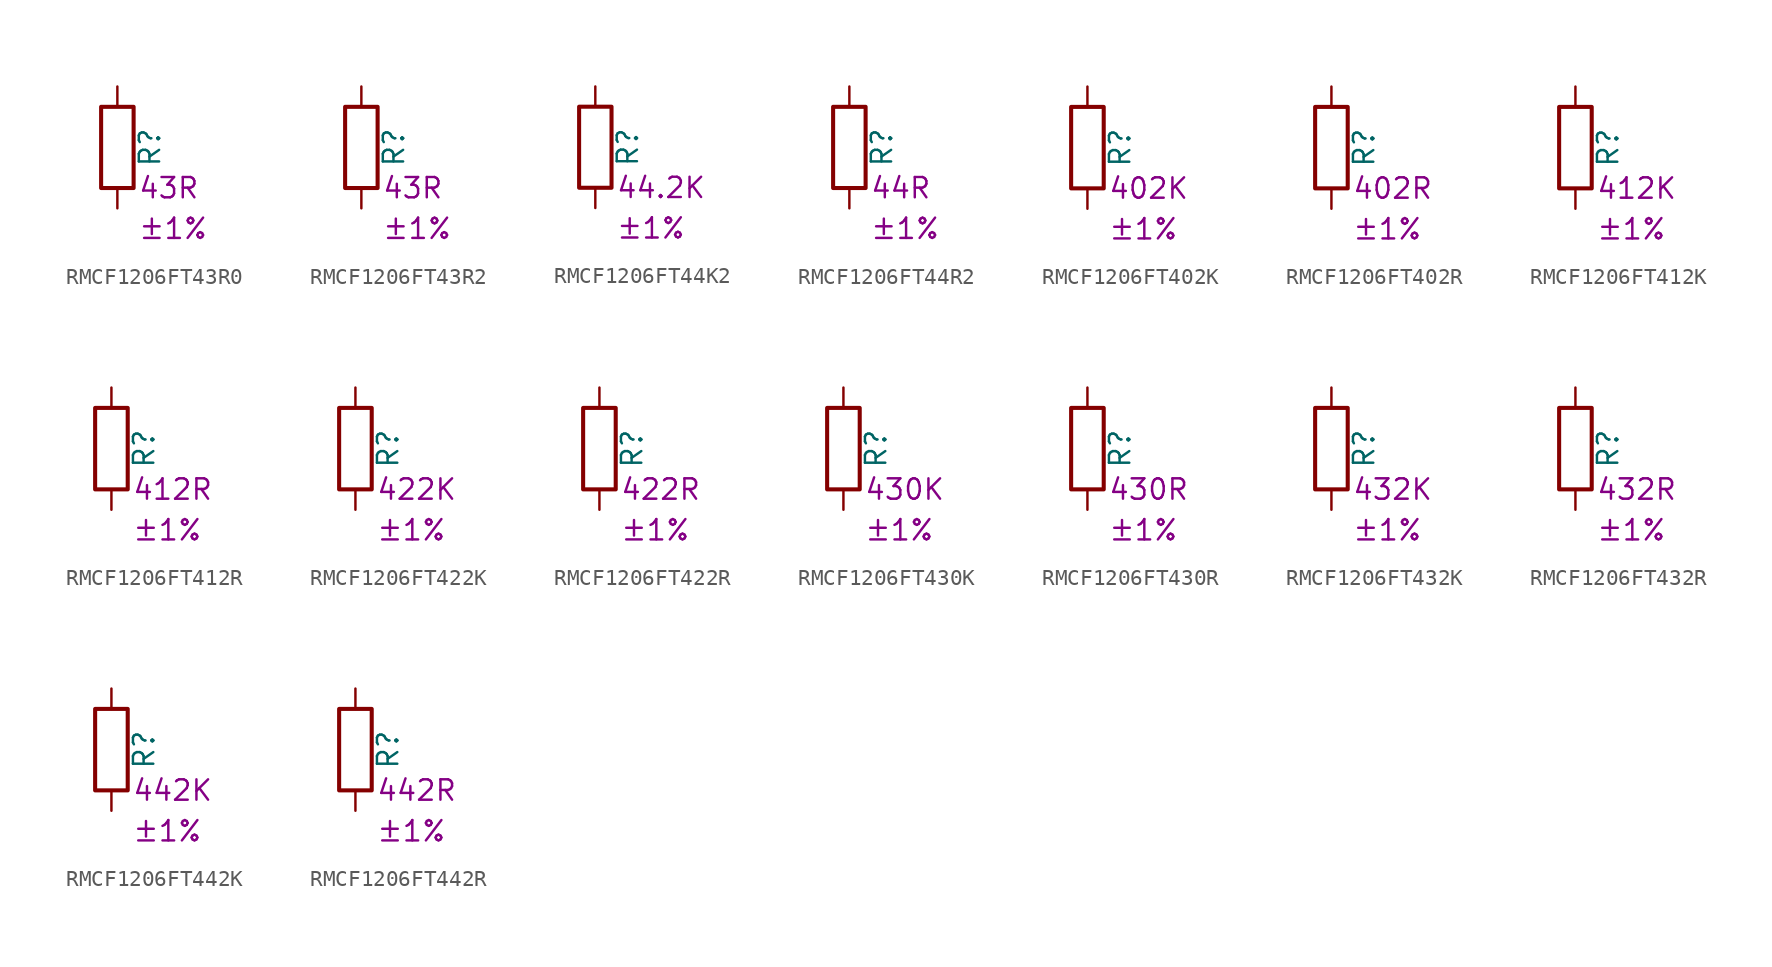
<source format=kicad_sym>
(kicad_symbol_lib
  (version 20220914)
  (generator kicad_symbol_editor)
  (symbol "RMCF1206FT43R0"
    (pin_numbers hide)
    (pin_names
      (offset 0))
    (property "Reference" "R"
      (at 2.032 0 90)
      (effects (font (size 1.27 1.27))))
    (property "Resistance" "43R"
      (at 1.27 -2.54 0)
      (effects (font (size 1.27 1.27)) (justify left)))
    (property "Tolerance" "±1%"
      (at 1.27 -5.08 0)
      (effects (font (size 1.27 1.27)) (justify left)))
    (symbol "RMCF1206FT43R0_0_1"
      (rectangle (start -1.016 -2.54) (end 1.016 2.54) (stroke (width 0.254) (type default)) (fill (type none))))
    (symbol "RMCF1206FT43R0_1_1"
      (pin passive line (at 0 3.81 270) (length 1.27) (name "~" (effects (font (size 1.27 1.27)))) (number "1" (effects (font (size 1.27 1.27)))))
      (pin passive line (at 0 -3.81 90) (length 1.27) (name "~" (effects (font (size 1.27 1.27)))) (number "2" (effects (font (size 1.27 1.27)))))))
  (symbol "RMCF1206FT43R2"
    (pin_numbers hide)
    (pin_names
      (offset 0))
    (property "Reference" "R"
      (at 2.032 0 90)
      (effects (font (size 1.27 1.27))))
    (property "Resistance" "43R"
      (at 1.27 -2.54 0)
      (effects (font (size 1.27 1.27)) (justify left)))
    (property "Tolerance" "±1%"
      (at 1.27 -5.08 0)
      (effects (font (size 1.27 1.27)) (justify left)))
    (symbol "RMCF1206FT43R2_0_1"
      (rectangle (start -1.016 -2.54) (end 1.016 2.54) (stroke (width 0.254) (type default)) (fill (type none))))
    (symbol "RMCF1206FT43R2_1_1"
      (pin passive line (at 0 3.81 270) (length 1.27) (name "~" (effects (font (size 1.27 1.27)))) (number "1" (effects (font (size 1.27 1.27)))))
      (pin passive line (at 0 -3.81 90) (length 1.27) (name "~" (effects (font (size 1.27 1.27)))) (number "2" (effects (font (size 1.27 1.27)))))))
  (symbol "RMCF1206FT44K2"
    (pin_numbers hide)
    (pin_names
      (offset 0))
    (property "Reference" "R"
      (at 2.032 0 90)
      (effects (font (size 1.27 1.27))))
    (property "Resistance" "44.2K"
      (at 1.27 -2.54 0)
      (effects (font (size 1.27 1.27)) (justify left)))
    (property "Tolerance" "±1%"
      (at 1.27 -5.08 0)
      (effects (font (size 1.27 1.27)) (justify left)))
    (symbol "RMCF1206FT44K2_0_1"
      (rectangle (start -1.016 -2.54) (end 1.016 2.54) (stroke (width 0.254) (type default)) (fill (type none))))
    (symbol "RMCF1206FT44K2_1_1"
      (pin passive line (at 0 3.81 270) (length 1.27) (name "~" (effects (font (size 1.27 1.27)))) (number "1" (effects (font (size 1.27 1.27)))))
      (pin passive line (at 0 -3.81 90) (length 1.27) (name "~" (effects (font (size 1.27 1.27)))) (number "2" (effects (font (size 1.27 1.27)))))))
  (symbol "RMCF1206FT44R2"
    (pin_numbers hide)
    (pin_names
      (offset 0))
    (property "Reference" "R"
      (at 2.032 0 90)
      (effects (font (size 1.27 1.27))))
    (property "Resistance" "44R"
      (at 1.27 -2.54 0)
      (effects (font (size 1.27 1.27)) (justify left)))
    (property "Tolerance" "±1%"
      (at 1.27 -5.08 0)
      (effects (font (size 1.27 1.27)) (justify left)))
    (symbol "RMCF1206FT44R2_0_1"
      (rectangle (start -1.016 -2.54) (end 1.016 2.54) (stroke (width 0.254) (type default)) (fill (type none))))
    (symbol "RMCF1206FT44R2_1_1"
      (pin passive line (at 0 3.81 270) (length 1.27) (name "~" (effects (font (size 1.27 1.27)))) (number "1" (effects (font (size 1.27 1.27)))))
      (pin passive line (at 0 -3.81 90) (length 1.27) (name "~" (effects (font (size 1.27 1.27)))) (number "2" (effects (font (size 1.27 1.27)))))))
  (symbol "RMCF1206FT402K"
    (pin_numbers hide)
    (pin_names
      (offset 0))
    (property "Reference" "R"
      (at 2.032 0 90)
      (effects (font (size 1.27 1.27))))
    (property "Resistance" "402K"
      (at 1.27 -2.54 0)
      (effects (font (size 1.27 1.27)) (justify left)))
    (property "Tolerance" "±1%"
      (at 1.27 -5.08 0)
      (effects (font (size 1.27 1.27)) (justify left)))
    (symbol "RMCF1206FT402K_0_1"
      (rectangle (start -1.016 -2.54) (end 1.016 2.54) (stroke (width 0.254) (type default)) (fill (type none))))
    (symbol "RMCF1206FT402K_1_1"
      (pin passive line (at 0 3.81 270) (length 1.27) (name "~" (effects (font (size 1.27 1.27)))) (number "1" (effects (font (size 1.27 1.27)))))
      (pin passive line (at 0 -3.81 90) (length 1.27) (name "~" (effects (font (size 1.27 1.27)))) (number "2" (effects (font (size 1.27 1.27)))))))
  (symbol "RMCF1206FT402R"
    (pin_numbers hide)
    (pin_names
      (offset 0))
    (property "Reference" "R"
      (at 2.032 0 90)
      (effects (font (size 1.27 1.27))))
    (property "Resistance" "402R"
      (at 1.27 -2.54 0)
      (effects (font (size 1.27 1.27)) (justify left)))
    (property "Tolerance" "±1%"
      (at 1.27 -5.08 0)
      (effects (font (size 1.27 1.27)) (justify left)))
    (symbol "RMCF1206FT402R_0_1"
      (rectangle (start -1.016 -2.54) (end 1.016 2.54) (stroke (width 0.254) (type default)) (fill (type none))))
    (symbol "RMCF1206FT402R_1_1"
      (pin passive line (at 0 3.81 270) (length 1.27) (name "~" (effects (font (size 1.27 1.27)))) (number "1" (effects (font (size 1.27 1.27)))))
      (pin passive line (at 0 -3.81 90) (length 1.27) (name "~" (effects (font (size 1.27 1.27)))) (number "2" (effects (font (size 1.27 1.27)))))))
  (symbol "RMCF1206FT412K"
    (pin_numbers hide)
    (pin_names
      (offset 0))
    (property "Reference" "R"
      (at 2.032 0 90)
      (effects (font (size 1.27 1.27))))
    (property "Resistance" "412K"
      (at 1.27 -2.54 0)
      (effects (font (size 1.27 1.27)) (justify left)))
    (property "Tolerance" "±1%"
      (at 1.27 -5.08 0)
      (effects (font (size 1.27 1.27)) (justify left)))
    (symbol "RMCF1206FT412K_0_1"
      (rectangle (start -1.016 -2.54) (end 1.016 2.54) (stroke (width 0.254) (type default)) (fill (type none))))
    (symbol "RMCF1206FT412K_1_1"
      (pin passive line (at 0 3.81 270) (length 1.27) (name "~" (effects (font (size 1.27 1.27)))) (number "1" (effects (font (size 1.27 1.27)))))
      (pin passive line (at 0 -3.81 90) (length 1.27) (name "~" (effects (font (size 1.27 1.27)))) (number "2" (effects (font (size 1.27 1.27)))))))
  (symbol "RMCF1206FT412R"
    (pin_numbers hide)
    (pin_names
      (offset 0))
    (property "Reference" "R"
      (at 2.032 0 90)
      (effects (font (size 1.27 1.27))))
    (property "Resistance" "412R"
      (at 1.27 -2.54 0)
      (effects (font (size 1.27 1.27)) (justify left)))
    (property "Tolerance" "±1%"
      (at 1.27 -5.08 0)
      (effects (font (size 1.27 1.27)) (justify left)))
    (symbol "RMCF1206FT412R_0_1"
      (rectangle (start -1.016 -2.54) (end 1.016 2.54) (stroke (width 0.254) (type default)) (fill (type none))))
    (symbol "RMCF1206FT412R_1_1"
      (pin passive line (at 0 3.81 270) (length 1.27) (name "~" (effects (font (size 1.27 1.27)))) (number "1" (effects (font (size 1.27 1.27)))))
      (pin passive line (at 0 -3.81 90) (length 1.27) (name "~" (effects (font (size 1.27 1.27)))) (number "2" (effects (font (size 1.27 1.27)))))))
  (symbol "RMCF1206FT422K"
    (pin_numbers hide)
    (pin_names
      (offset 0))
    (property "Reference" "R"
      (at 2.032 0 90)
      (effects (font (size 1.27 1.27))))
    (property "Resistance" "422K"
      (at 1.27 -2.54 0)
      (effects (font (size 1.27 1.27)) (justify left)))
    (property "Tolerance" "±1%"
      (at 1.27 -5.08 0)
      (effects (font (size 1.27 1.27)) (justify left)))
    (symbol "RMCF1206FT422K_0_1"
      (rectangle (start -1.016 -2.54) (end 1.016 2.54) (stroke (width 0.254) (type default)) (fill (type none))))
    (symbol "RMCF1206FT422K_1_1"
      (pin passive line (at 0 3.81 270) (length 1.27) (name "~" (effects (font (size 1.27 1.27)))) (number "1" (effects (font (size 1.27 1.27)))))
      (pin passive line (at 0 -3.81 90) (length 1.27) (name "~" (effects (font (size 1.27 1.27)))) (number "2" (effects (font (size 1.27 1.27)))))))
  (symbol "RMCF1206FT422R"
    (pin_numbers hide)
    (pin_names
      (offset 0))
    (property "Reference" "R"
      (at 2.032 0 90)
      (effects (font (size 1.27 1.27))))
    (property "Resistance" "422R"
      (at 1.27 -2.54 0)
      (effects (font (size 1.27 1.27)) (justify left)))
    (property "Tolerance" "±1%"
      (at 1.27 -5.08 0)
      (effects (font (size 1.27 1.27)) (justify left)))
    (symbol "RMCF1206FT422R_0_1"
      (rectangle (start -1.016 -2.54) (end 1.016 2.54) (stroke (width 0.254) (type default)) (fill (type none))))
    (symbol "RMCF1206FT422R_1_1"
      (pin passive line (at 0 3.81 270) (length 1.27) (name "~" (effects (font (size 1.27 1.27)))) (number "1" (effects (font (size 1.27 1.27)))))
      (pin passive line (at 0 -3.81 90) (length 1.27) (name "~" (effects (font (size 1.27 1.27)))) (number "2" (effects (font (size 1.27 1.27)))))))
  (symbol "RMCF1206FT430K"
    (pin_numbers hide)
    (pin_names
      (offset 0))
    (property "Reference" "R"
      (at 2.032 0 90)
      (effects (font (size 1.27 1.27))))
    (property "Resistance" "430K"
      (at 1.27 -2.54 0)
      (effects (font (size 1.27 1.27)) (justify left)))
    (property "Tolerance" "±1%"
      (at 1.27 -5.08 0)
      (effects (font (size 1.27 1.27)) (justify left)))
    (symbol "RMCF1206FT430K_0_1"
      (rectangle (start -1.016 -2.54) (end 1.016 2.54) (stroke (width 0.254) (type default)) (fill (type none))))
    (symbol "RMCF1206FT430K_1_1"
      (pin passive line (at 0 3.81 270) (length 1.27) (name "~" (effects (font (size 1.27 1.27)))) (number "1" (effects (font (size 1.27 1.27)))))
      (pin passive line (at 0 -3.81 90) (length 1.27) (name "~" (effects (font (size 1.27 1.27)))) (number "2" (effects (font (size 1.27 1.27)))))))
  (symbol "RMCF1206FT430R"
    (pin_numbers hide)
    (pin_names
      (offset 0))
    (property "Reference" "R"
      (at 2.032 0 90)
      (effects (font (size 1.27 1.27))))
    (property "Resistance" "430R"
      (at 1.27 -2.54 0)
      (effects (font (size 1.27 1.27)) (justify left)))
    (property "Tolerance" "±1%"
      (at 1.27 -5.08 0)
      (effects (font (size 1.27 1.27)) (justify left)))
    (symbol "RMCF1206FT430R_0_1"
      (rectangle (start -1.016 -2.54) (end 1.016 2.54) (stroke (width 0.254) (type default)) (fill (type none))))
    (symbol "RMCF1206FT430R_1_1"
      (pin passive line (at 0 3.81 270) (length 1.27) (name "~" (effects (font (size 1.27 1.27)))) (number "1" (effects (font (size 1.27 1.27)))))
      (pin passive line (at 0 -3.81 90) (length 1.27) (name "~" (effects (font (size 1.27 1.27)))) (number "2" (effects (font (size 1.27 1.27)))))))
  (symbol "RMCF1206FT432K"
    (pin_numbers hide)
    (pin_names
      (offset 0))
    (property "Reference" "R"
      (at 2.032 0 90)
      (effects (font (size 1.27 1.27))))
    (property "Resistance" "432K"
      (at 1.27 -2.54 0)
      (effects (font (size 1.27 1.27)) (justify left)))
    (property "Tolerance" "±1%"
      (at 1.27 -5.08 0)
      (effects (font (size 1.27 1.27)) (justify left)))
    (symbol "RMCF1206FT432K_0_1"
      (rectangle (start -1.016 -2.54) (end 1.016 2.54) (stroke (width 0.254) (type default)) (fill (type none))))
    (symbol "RMCF1206FT432K_1_1"
      (pin passive line (at 0 3.81 270) (length 1.27) (name "~" (effects (font (size 1.27 1.27)))) (number "1" (effects (font (size 1.27 1.27)))))
      (pin passive line (at 0 -3.81 90) (length 1.27) (name "~" (effects (font (size 1.27 1.27)))) (number "2" (effects (font (size 1.27 1.27)))))))
  (symbol "RMCF1206FT432R"
    (pin_numbers hide)
    (pin_names
      (offset 0))
    (property "Reference" "R"
      (at 2.032 0 90)
      (effects (font (size 1.27 1.27))))
    (property "Resistance" "432R"
      (at 1.27 -2.54 0)
      (effects (font (size 1.27 1.27)) (justify left)))
    (property "Tolerance" "±1%"
      (at 1.27 -5.08 0)
      (effects (font (size 1.27 1.27)) (justify left)))
    (symbol "RMCF1206FT432R_0_1"
      (rectangle (start -1.016 -2.54) (end 1.016 2.54) (stroke (width 0.254) (type default)) (fill (type none))))
    (symbol "RMCF1206FT432R_1_1"
      (pin passive line (at 0 3.81 270) (length 1.27) (name "~" (effects (font (size 1.27 1.27)))) (number "1" (effects (font (size 1.27 1.27)))))
      (pin passive line (at 0 -3.81 90) (length 1.27) (name "~" (effects (font (size 1.27 1.27)))) (number "2" (effects (font (size 1.27 1.27)))))))
  (symbol "RMCF1206FT442K"
    (pin_numbers hide)
    (pin_names
      (offset 0))
    (property "Reference" "R"
      (at 2.032 0 90)
      (effects (font (size 1.27 1.27))))
    (property "Resistance" "442K"
      (at 1.27 -2.54 0)
      (effects (font (size 1.27 1.27)) (justify left)))
    (property "Tolerance" "±1%"
      (at 1.27 -5.08 0)
      (effects (font (size 1.27 1.27)) (justify left)))
    (symbol "RMCF1206FT442K_0_1"
      (rectangle (start -1.016 -2.54) (end 1.016 2.54) (stroke (width 0.254) (type default)) (fill (type none))))
    (symbol "RMCF1206FT442K_1_1"
      (pin passive line (at 0 3.81 270) (length 1.27) (name "~" (effects (font (size 1.27 1.27)))) (number "1" (effects (font (size 1.27 1.27)))))
      (pin passive line (at 0 -3.81 90) (length 1.27) (name "~" (effects (font (size 1.27 1.27)))) (number "2" (effects (font (size 1.27 1.27)))))))
  (symbol "RMCF1206FT442R"
    (pin_numbers hide)
    (pin_names
      (offset 0))
    (property "Reference" "R"
      (at 2.032 0 90)
      (effects (font (size 1.27 1.27))))
    (property "Resistance" "442R"
      (at 1.27 -2.54 0)
      (effects (font (size 1.27 1.27)) (justify left)))
    (property "Tolerance" "±1%"
      (at 1.27 -5.08 0)
      (effects (font (size 1.27 1.27)) (justify left)))
    (symbol "RMCF1206FT442R_0_1"
      (rectangle (start -1.016 -2.54) (end 1.016 2.54) (stroke (width 0.254) (type default)) (fill (type none))))
    (symbol "RMCF1206FT442R_1_1"
      (pin passive line (at 0 3.81 270) (length 1.27) (name "~" (effects (font (size 1.27 1.27)))) (number "1" (effects (font (size 1.27 1.27)))))
      (pin passive line (at 0 -3.81 90) (length 1.27) (name "~" (effects (font (size 1.27 1.27)))) (number "2" (effects (font (size 1.27 1.27))))))))
</source>
